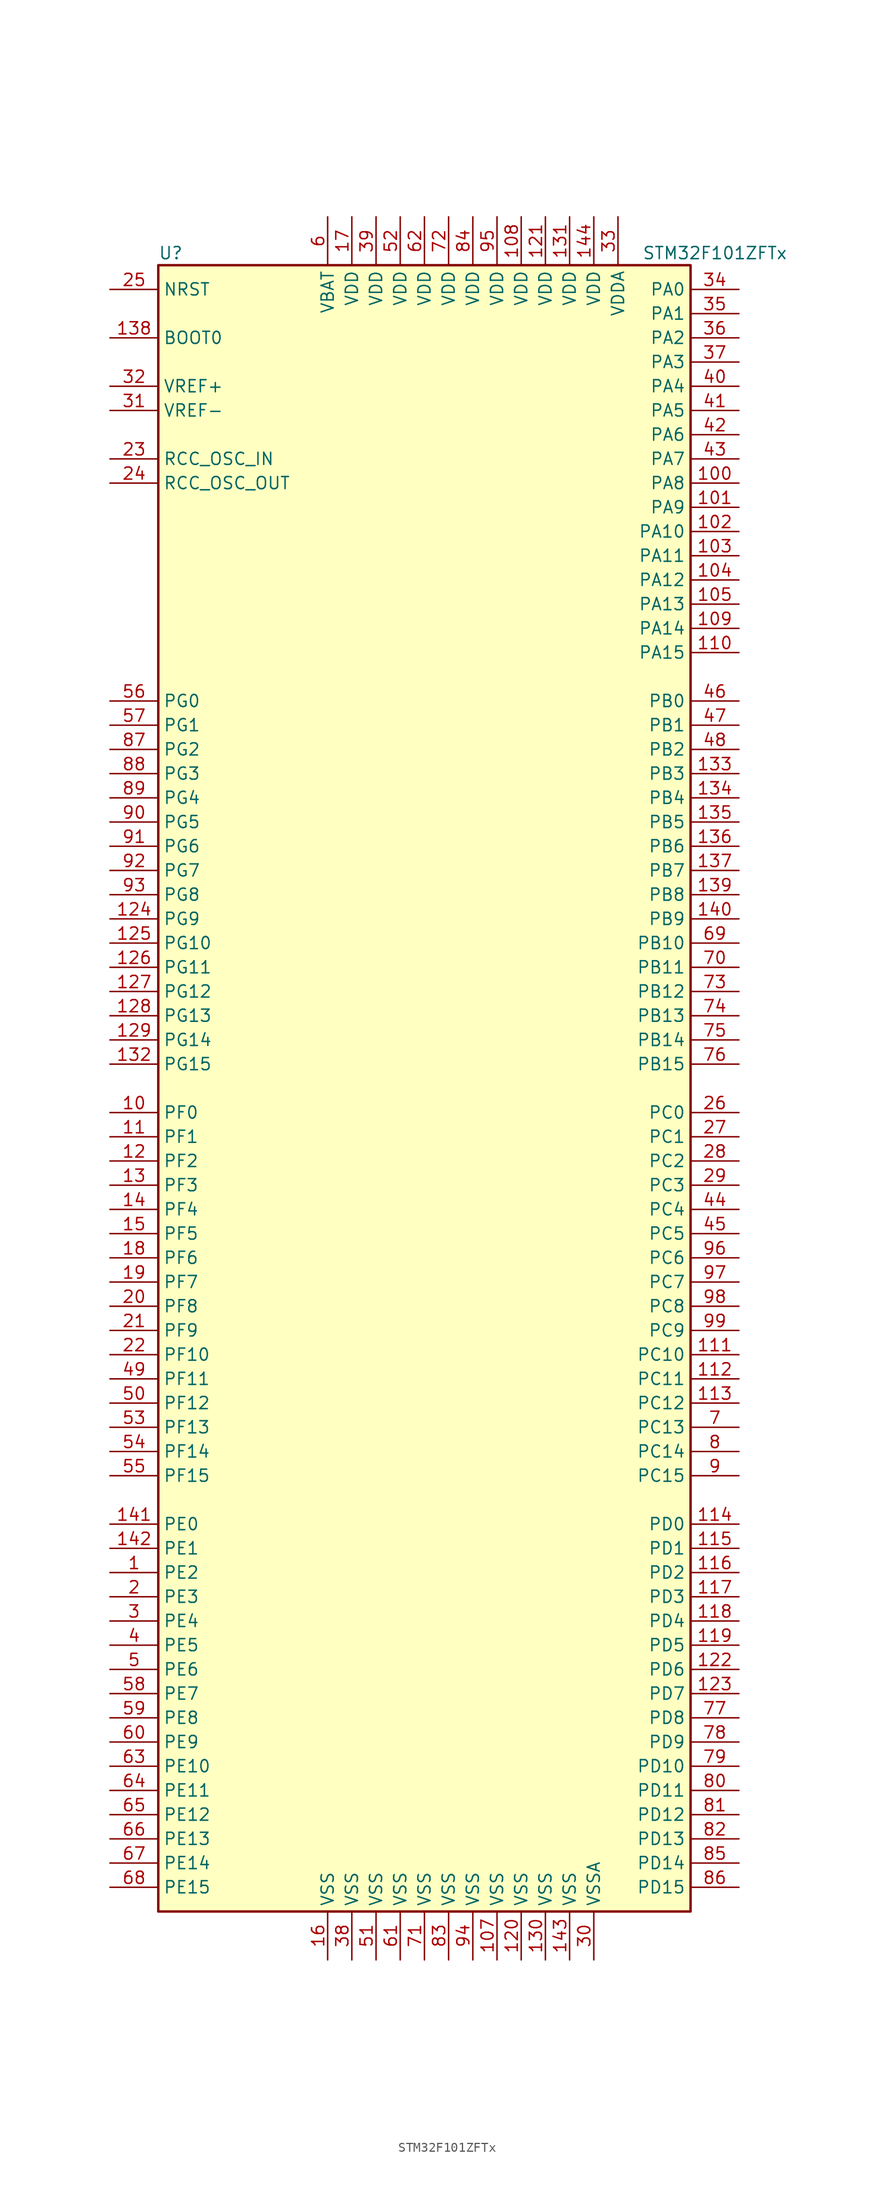
<source format=kicad_sym>
(kicad_symbol_lib
  (version 20201005)
  (generator kicad_symbol_editor)
  (symbol "MCU_ST_STM32F1:STM32F101ZFTx"
    (property "Reference" "U"
      (at -27.94 87.63 0)
      (effects (font (size 1.27 1.27)) (justify left)))
    (property "Value" "STM32F101ZFTx"
      (at 22.86 87.63 0)
      (effects (font (size 1.27 1.27)) (justify left)))
    (symbol "STM32F101ZFTx_0_1"
      (rectangle (start -27.94 -86.36) (end 27.94 86.36) (stroke (width 0.254)) (fill (type background))))
    (symbol "STM32F101ZFTx_1_1"
      (pin input line (at -33.02 78.74 0) (length 5.08) (name "BOOT0" (effects (font (size 1.27 1.27)))) (number "138" (effects (font (size 1.27 1.27)))))
      (pin no_connect line (at -27.94 -83.82 0) (length 5.08) hide (name "NC" (effects (font (size 1.27 1.27)))) (number "106" (effects (font (size 1.27 1.27)))))
      (pin input line (at -33.02 83.82 0) (length 5.08) (name "NRST" (effects (font (size 1.27 1.27)))) (number "25" (effects (font (size 1.27 1.27)))))
      (pin bidirectional line (at 33.02 83.82 180) (length 5.08) (name "PA0" (effects (font (size 1.27 1.27)))) (number "34" (effects (font (size 1.27 1.27)))))
      (pin bidirectional line (at 33.02 81.28 180) (length 5.08) (name "PA1" (effects (font (size 1.27 1.27)))) (number "35" (effects (font (size 1.27 1.27)))))
      (pin bidirectional line (at 33.02 58.42 180) (length 5.08) (name "PA10" (effects (font (size 1.27 1.27)))) (number "102" (effects (font (size 1.27 1.27)))))
      (pin bidirectional line (at 33.02 55.88 180) (length 5.08) (name "PA11" (effects (font (size 1.27 1.27)))) (number "103" (effects (font (size 1.27 1.27)))))
      (pin bidirectional line (at 33.02 53.34 180) (length 5.08) (name "PA12" (effects (font (size 1.27 1.27)))) (number "104" (effects (font (size 1.27 1.27)))))
      (pin bidirectional line (at 33.02 50.8 180) (length 5.08) (name "PA13" (effects (font (size 1.27 1.27)))) (number "105" (effects (font (size 1.27 1.27)))))
      (pin bidirectional line (at 33.02 48.26 180) (length 5.08) (name "PA14" (effects (font (size 1.27 1.27)))) (number "109" (effects (font (size 1.27 1.27)))))
      (pin bidirectional line (at 33.02 45.72 180) (length 5.08) (name "PA15" (effects (font (size 1.27 1.27)))) (number "110" (effects (font (size 1.27 1.27)))))
      (pin bidirectional line (at 33.02 78.74 180) (length 5.08) (name "PA2" (effects (font (size 1.27 1.27)))) (number "36" (effects (font (size 1.27 1.27)))))
      (pin bidirectional line (at 33.02 76.2 180) (length 5.08) (name "PA3" (effects (font (size 1.27 1.27)))) (number "37" (effects (font (size 1.27 1.27)))))
      (pin bidirectional line (at 33.02 73.66 180) (length 5.08) (name "PA4" (effects (font (size 1.27 1.27)))) (number "40" (effects (font (size 1.27 1.27)))))
      (pin bidirectional line (at 33.02 71.12 180) (length 5.08) (name "PA5" (effects (font (size 1.27 1.27)))) (number "41" (effects (font (size 1.27 1.27)))))
      (pin bidirectional line (at 33.02 68.58 180) (length 5.08) (name "PA6" (effects (font (size 1.27 1.27)))) (number "42" (effects (font (size 1.27 1.27)))))
      (pin bidirectional line (at 33.02 66.04 180) (length 5.08) (name "PA7" (effects (font (size 1.27 1.27)))) (number "43" (effects (font (size 1.27 1.27)))))
      (pin bidirectional line (at 33.02 63.5 180) (length 5.08) (name "PA8" (effects (font (size 1.27 1.27)))) (number "100" (effects (font (size 1.27 1.27)))))
      (pin bidirectional line (at 33.02 60.96 180) (length 5.08) (name "PA9" (effects (font (size 1.27 1.27)))) (number "101" (effects (font (size 1.27 1.27)))))
      (pin bidirectional line (at 33.02 40.64 180) (length 5.08) (name "PB0" (effects (font (size 1.27 1.27)))) (number "46" (effects (font (size 1.27 1.27)))))
      (pin bidirectional line (at 33.02 38.1 180) (length 5.08) (name "PB1" (effects (font (size 1.27 1.27)))) (number "47" (effects (font (size 1.27 1.27)))))
      (pin bidirectional line (at 33.02 15.24 180) (length 5.08) (name "PB10" (effects (font (size 1.27 1.27)))) (number "69" (effects (font (size 1.27 1.27)))))
      (pin bidirectional line (at 33.02 12.7 180) (length 5.08) (name "PB11" (effects (font (size 1.27 1.27)))) (number "70" (effects (font (size 1.27 1.27)))))
      (pin bidirectional line (at 33.02 10.16 180) (length 5.08) (name "PB12" (effects (font (size 1.27 1.27)))) (number "73" (effects (font (size 1.27 1.27)))))
      (pin bidirectional line (at 33.02 7.62 180) (length 5.08) (name "PB13" (effects (font (size 1.27 1.27)))) (number "74" (effects (font (size 1.27 1.27)))))
      (pin bidirectional line (at 33.02 5.08 180) (length 5.08) (name "PB14" (effects (font (size 1.27 1.27)))) (number "75" (effects (font (size 1.27 1.27)))))
      (pin bidirectional line (at 33.02 2.54 180) (length 5.08) (name "PB15" (effects (font (size 1.27 1.27)))) (number "76" (effects (font (size 1.27 1.27)))))
      (pin bidirectional line (at 33.02 35.56 180) (length 5.08) (name "PB2" (effects (font (size 1.27 1.27)))) (number "48" (effects (font (size 1.27 1.27)))))
      (pin bidirectional line (at 33.02 33.02 180) (length 5.08) (name "PB3" (effects (font (size 1.27 1.27)))) (number "133" (effects (font (size 1.27 1.27)))))
      (pin bidirectional line (at 33.02 30.48 180) (length 5.08) (name "PB4" (effects (font (size 1.27 1.27)))) (number "134" (effects (font (size 1.27 1.27)))))
      (pin bidirectional line (at 33.02 27.94 180) (length 5.08) (name "PB5" (effects (font (size 1.27 1.27)))) (number "135" (effects (font (size 1.27 1.27)))))
      (pin bidirectional line (at 33.02 25.4 180) (length 5.08) (name "PB6" (effects (font (size 1.27 1.27)))) (number "136" (effects (font (size 1.27 1.27)))))
      (pin bidirectional line (at 33.02 22.86 180) (length 5.08) (name "PB7" (effects (font (size 1.27 1.27)))) (number "137" (effects (font (size 1.27 1.27)))))
      (pin bidirectional line (at 33.02 20.32 180) (length 5.08) (name "PB8" (effects (font (size 1.27 1.27)))) (number "139" (effects (font (size 1.27 1.27)))))
      (pin bidirectional line (at 33.02 17.78 180) (length 5.08) (name "PB9" (effects (font (size 1.27 1.27)))) (number "140" (effects (font (size 1.27 1.27)))))
      (pin bidirectional line (at 33.02 -2.54 180) (length 5.08) (name "PC0" (effects (font (size 1.27 1.27)))) (number "26" (effects (font (size 1.27 1.27)))))
      (pin bidirectional line (at 33.02 -5.08 180) (length 5.08) (name "PC1" (effects (font (size 1.27 1.27)))) (number "27" (effects (font (size 1.27 1.27)))))
      (pin bidirectional line (at 33.02 -27.94 180) (length 5.08) (name "PC10" (effects (font (size 1.27 1.27)))) (number "111" (effects (font (size 1.27 1.27)))))
      (pin bidirectional line (at 33.02 -30.48 180) (length 5.08) (name "PC11" (effects (font (size 1.27 1.27)))) (number "112" (effects (font (size 1.27 1.27)))))
      (pin bidirectional line (at 33.02 -33.02 180) (length 5.08) (name "PC12" (effects (font (size 1.27 1.27)))) (number "113" (effects (font (size 1.27 1.27)))))
      (pin bidirectional line (at 33.02 -35.56 180) (length 5.08) (name "PC13" (effects (font (size 1.27 1.27)))) (number "7" (effects (font (size 1.27 1.27)))))
      (pin bidirectional line (at 33.02 -38.1 180) (length 5.08) (name "PC14" (effects (font (size 1.27 1.27)))) (number "8" (effects (font (size 1.27 1.27)))))
      (pin bidirectional line (at 33.02 -40.64 180) (length 5.08) (name "PC15" (effects (font (size 1.27 1.27)))) (number "9" (effects (font (size 1.27 1.27)))))
      (pin bidirectional line (at 33.02 -7.62 180) (length 5.08) (name "PC2" (effects (font (size 1.27 1.27)))) (number "28" (effects (font (size 1.27 1.27)))))
      (pin bidirectional line (at 33.02 -10.16 180) (length 5.08) (name "PC3" (effects (font (size 1.27 1.27)))) (number "29" (effects (font (size 1.27 1.27)))))
      (pin bidirectional line (at 33.02 -12.7 180) (length 5.08) (name "PC4" (effects (font (size 1.27 1.27)))) (number "44" (effects (font (size 1.27 1.27)))))
      (pin bidirectional line (at 33.02 -15.24 180) (length 5.08) (name "PC5" (effects (font (size 1.27 1.27)))) (number "45" (effects (font (size 1.27 1.27)))))
      (pin bidirectional line (at 33.02 -17.78 180) (length 5.08) (name "PC6" (effects (font (size 1.27 1.27)))) (number "96" (effects (font (size 1.27 1.27)))))
      (pin bidirectional line (at 33.02 -20.32 180) (length 5.08) (name "PC7" (effects (font (size 1.27 1.27)))) (number "97" (effects (font (size 1.27 1.27)))))
      (pin bidirectional line (at 33.02 -22.86 180) (length 5.08) (name "PC8" (effects (font (size 1.27 1.27)))) (number "98" (effects (font (size 1.27 1.27)))))
      (pin bidirectional line (at 33.02 -25.4 180) (length 5.08) (name "PC9" (effects (font (size 1.27 1.27)))) (number "99" (effects (font (size 1.27 1.27)))))
      (pin bidirectional line (at 33.02 -45.72 180) (length 5.08) (name "PD0" (effects (font (size 1.27 1.27)))) (number "114" (effects (font (size 1.27 1.27)))))
      (pin bidirectional line (at 33.02 -48.26 180) (length 5.08) (name "PD1" (effects (font (size 1.27 1.27)))) (number "115" (effects (font (size 1.27 1.27)))))
      (pin bidirectional line (at 33.02 -71.12 180) (length 5.08) (name "PD10" (effects (font (size 1.27 1.27)))) (number "79" (effects (font (size 1.27 1.27)))))
      (pin bidirectional line (at 33.02 -73.66 180) (length 5.08) (name "PD11" (effects (font (size 1.27 1.27)))) (number "80" (effects (font (size 1.27 1.27)))))
      (pin bidirectional line (at 33.02 -76.2 180) (length 5.08) (name "PD12" (effects (font (size 1.27 1.27)))) (number "81" (effects (font (size 1.27 1.27)))))
      (pin bidirectional line (at 33.02 -78.74 180) (length 5.08) (name "PD13" (effects (font (size 1.27 1.27)))) (number "82" (effects (font (size 1.27 1.27)))))
      (pin bidirectional line (at 33.02 -81.28 180) (length 5.08) (name "PD14" (effects (font (size 1.27 1.27)))) (number "85" (effects (font (size 1.27 1.27)))))
      (pin bidirectional line (at 33.02 -83.82 180) (length 5.08) (name "PD15" (effects (font (size 1.27 1.27)))) (number "86" (effects (font (size 1.27 1.27)))))
      (pin bidirectional line (at 33.02 -50.8 180) (length 5.08) (name "PD2" (effects (font (size 1.27 1.27)))) (number "116" (effects (font (size 1.27 1.27)))))
      (pin bidirectional line (at 33.02 -53.34 180) (length 5.08) (name "PD3" (effects (font (size 1.27 1.27)))) (number "117" (effects (font (size 1.27 1.27)))))
      (pin bidirectional line (at 33.02 -55.88 180) (length 5.08) (name "PD4" (effects (font (size 1.27 1.27)))) (number "118" (effects (font (size 1.27 1.27)))))
      (pin bidirectional line (at 33.02 -58.42 180) (length 5.08) (name "PD5" (effects (font (size 1.27 1.27)))) (number "119" (effects (font (size 1.27 1.27)))))
      (pin bidirectional line (at 33.02 -60.96 180) (length 5.08) (name "PD6" (effects (font (size 1.27 1.27)))) (number "122" (effects (font (size 1.27 1.27)))))
      (pin bidirectional line (at 33.02 -63.5 180) (length 5.08) (name "PD7" (effects (font (size 1.27 1.27)))) (number "123" (effects (font (size 1.27 1.27)))))
      (pin bidirectional line (at 33.02 -66.04 180) (length 5.08) (name "PD8" (effects (font (size 1.27 1.27)))) (number "77" (effects (font (size 1.27 1.27)))))
      (pin bidirectional line (at 33.02 -68.58 180) (length 5.08) (name "PD9" (effects (font (size 1.27 1.27)))) (number "78" (effects (font (size 1.27 1.27)))))
      (pin bidirectional line (at -33.02 -45.72 0) (length 5.08) (name "PE0" (effects (font (size 1.27 1.27)))) (number "141" (effects (font (size 1.27 1.27)))))
      (pin bidirectional line (at -33.02 -48.26 0) (length 5.08) (name "PE1" (effects (font (size 1.27 1.27)))) (number "142" (effects (font (size 1.27 1.27)))))
      (pin bidirectional line (at -33.02 -71.12 0) (length 5.08) (name "PE10" (effects (font (size 1.27 1.27)))) (number "63" (effects (font (size 1.27 1.27)))))
      (pin bidirectional line (at -33.02 -73.66 0) (length 5.08) (name "PE11" (effects (font (size 1.27 1.27)))) (number "64" (effects (font (size 1.27 1.27)))))
      (pin bidirectional line (at -33.02 -76.2 0) (length 5.08) (name "PE12" (effects (font (size 1.27 1.27)))) (number "65" (effects (font (size 1.27 1.27)))))
      (pin bidirectional line (at -33.02 -78.74 0) (length 5.08) (name "PE13" (effects (font (size 1.27 1.27)))) (number "66" (effects (font (size 1.27 1.27)))))
      (pin bidirectional line (at -33.02 -81.28 0) (length 5.08) (name "PE14" (effects (font (size 1.27 1.27)))) (number "67" (effects (font (size 1.27 1.27)))))
      (pin bidirectional line (at -33.02 -83.82 0) (length 5.08) (name "PE15" (effects (font (size 1.27 1.27)))) (number "68" (effects (font (size 1.27 1.27)))))
      (pin bidirectional line (at -33.02 -50.8 0) (length 5.08) (name "PE2" (effects (font (size 1.27 1.27)))) (number "1" (effects (font (size 1.27 1.27)))))
      (pin bidirectional line (at -33.02 -53.34 0) (length 5.08) (name "PE3" (effects (font (size 1.27 1.27)))) (number "2" (effects (font (size 1.27 1.27)))))
      (pin bidirectional line (at -33.02 -55.88 0) (length 5.08) (name "PE4" (effects (font (size 1.27 1.27)))) (number "3" (effects (font (size 1.27 1.27)))))
      (pin bidirectional line (at -33.02 -58.42 0) (length 5.08) (name "PE5" (effects (font (size 1.27 1.27)))) (number "4" (effects (font (size 1.27 1.27)))))
      (pin bidirectional line (at -33.02 -60.96 0) (length 5.08) (name "PE6" (effects (font (size 1.27 1.27)))) (number "5" (effects (font (size 1.27 1.27)))))
      (pin bidirectional line (at -33.02 -63.5 0) (length 5.08) (name "PE7" (effects (font (size 1.27 1.27)))) (number "58" (effects (font (size 1.27 1.27)))))
      (pin bidirectional line (at -33.02 -66.04 0) (length 5.08) (name "PE8" (effects (font (size 1.27 1.27)))) (number "59" (effects (font (size 1.27 1.27)))))
      (pin bidirectional line (at -33.02 -68.58 0) (length 5.08) (name "PE9" (effects (font (size 1.27 1.27)))) (number "60" (effects (font (size 1.27 1.27)))))
      (pin bidirectional line (at -33.02 -2.54 0) (length 5.08) (name "PF0" (effects (font (size 1.27 1.27)))) (number "10" (effects (font (size 1.27 1.27)))))
      (pin bidirectional line (at -33.02 -5.08 0) (length 5.08) (name "PF1" (effects (font (size 1.27 1.27)))) (number "11" (effects (font (size 1.27 1.27)))))
      (pin bidirectional line (at -33.02 -27.94 0) (length 5.08) (name "PF10" (effects (font (size 1.27 1.27)))) (number "22" (effects (font (size 1.27 1.27)))))
      (pin bidirectional line (at -33.02 -30.48 0) (length 5.08) (name "PF11" (effects (font (size 1.27 1.27)))) (number "49" (effects (font (size 1.27 1.27)))))
      (pin bidirectional line (at -33.02 -33.02 0) (length 5.08) (name "PF12" (effects (font (size 1.27 1.27)))) (number "50" (effects (font (size 1.27 1.27)))))
      (pin bidirectional line (at -33.02 -35.56 0) (length 5.08) (name "PF13" (effects (font (size 1.27 1.27)))) (number "53" (effects (font (size 1.27 1.27)))))
      (pin bidirectional line (at -33.02 -38.1 0) (length 5.08) (name "PF14" (effects (font (size 1.27 1.27)))) (number "54" (effects (font (size 1.27 1.27)))))
      (pin bidirectional line (at -33.02 -40.64 0) (length 5.08) (name "PF15" (effects (font (size 1.27 1.27)))) (number "55" (effects (font (size 1.27 1.27)))))
      (pin bidirectional line (at -33.02 -7.62 0) (length 5.08) (name "PF2" (effects (font (size 1.27 1.27)))) (number "12" (effects (font (size 1.27 1.27)))))
      (pin bidirectional line (at -33.02 -10.16 0) (length 5.08) (name "PF3" (effects (font (size 1.27 1.27)))) (number "13" (effects (font (size 1.27 1.27)))))
      (pin bidirectional line (at -33.02 -12.7 0) (length 5.08) (name "PF4" (effects (font (size 1.27 1.27)))) (number "14" (effects (font (size 1.27 1.27)))))
      (pin bidirectional line (at -33.02 -15.24 0) (length 5.08) (name "PF5" (effects (font (size 1.27 1.27)))) (number "15" (effects (font (size 1.27 1.27)))))
      (pin bidirectional line (at -33.02 -17.78 0) (length 5.08) (name "PF6" (effects (font (size 1.27 1.27)))) (number "18" (effects (font (size 1.27 1.27)))))
      (pin bidirectional line (at -33.02 -20.32 0) (length 5.08) (name "PF7" (effects (font (size 1.27 1.27)))) (number "19" (effects (font (size 1.27 1.27)))))
      (pin bidirectional line (at -33.02 -22.86 0) (length 5.08) (name "PF8" (effects (font (size 1.27 1.27)))) (number "20" (effects (font (size 1.27 1.27)))))
      (pin bidirectional line (at -33.02 -25.4 0) (length 5.08) (name "PF9" (effects (font (size 1.27 1.27)))) (number "21" (effects (font (size 1.27 1.27)))))
      (pin bidirectional line (at -33.02 40.64 0) (length 5.08) (name "PG0" (effects (font (size 1.27 1.27)))) (number "56" (effects (font (size 1.27 1.27)))))
      (pin bidirectional line (at -33.02 38.1 0) (length 5.08) (name "PG1" (effects (font (size 1.27 1.27)))) (number "57" (effects (font (size 1.27 1.27)))))
      (pin bidirectional line (at -33.02 15.24 0) (length 5.08) (name "PG10" (effects (font (size 1.27 1.27)))) (number "125" (effects (font (size 1.27 1.27)))))
      (pin bidirectional line (at -33.02 12.7 0) (length 5.08) (name "PG11" (effects (font (size 1.27 1.27)))) (number "126" (effects (font (size 1.27 1.27)))))
      (pin bidirectional line (at -33.02 10.16 0) (length 5.08) (name "PG12" (effects (font (size 1.27 1.27)))) (number "127" (effects (font (size 1.27 1.27)))))
      (pin bidirectional line (at -33.02 7.62 0) (length 5.08) (name "PG13" (effects (font (size 1.27 1.27)))) (number "128" (effects (font (size 1.27 1.27)))))
      (pin bidirectional line (at -33.02 5.08 0) (length 5.08) (name "PG14" (effects (font (size 1.27 1.27)))) (number "129" (effects (font (size 1.27 1.27)))))
      (pin bidirectional line (at -33.02 2.54 0) (length 5.08) (name "PG15" (effects (font (size 1.27 1.27)))) (number "132" (effects (font (size 1.27 1.27)))))
      (pin bidirectional line (at -33.02 35.56 0) (length 5.08) (name "PG2" (effects (font (size 1.27 1.27)))) (number "87" (effects (font (size 1.27 1.27)))))
      (pin bidirectional line (at -33.02 33.02 0) (length 5.08) (name "PG3" (effects (font (size 1.27 1.27)))) (number "88" (effects (font (size 1.27 1.27)))))
      (pin bidirectional line (at -33.02 30.48 0) (length 5.08) (name "PG4" (effects (font (size 1.27 1.27)))) (number "89" (effects (font (size 1.27 1.27)))))
      (pin bidirectional line (at -33.02 27.94 0) (length 5.08) (name "PG5" (effects (font (size 1.27 1.27)))) (number "90" (effects (font (size 1.27 1.27)))))
      (pin bidirectional line (at -33.02 25.4 0) (length 5.08) (name "PG6" (effects (font (size 1.27 1.27)))) (number "91" (effects (font (size 1.27 1.27)))))
      (pin bidirectional line (at -33.02 22.86 0) (length 5.08) (name "PG7" (effects (font (size 1.27 1.27)))) (number "92" (effects (font (size 1.27 1.27)))))
      (pin bidirectional line (at -33.02 20.32 0) (length 5.08) (name "PG8" (effects (font (size 1.27 1.27)))) (number "93" (effects (font (size 1.27 1.27)))))
      (pin bidirectional line (at -33.02 17.78 0) (length 5.08) (name "PG9" (effects (font (size 1.27 1.27)))) (number "124" (effects (font (size 1.27 1.27)))))
      (pin input line (at -33.02 66.04 0) (length 5.08) (name "RCC_OSC_IN" (effects (font (size 1.27 1.27)))) (number "23" (effects (font (size 1.27 1.27)))))
      (pin input line (at -33.02 63.5 0) (length 5.08) (name "RCC_OSC_OUT" (effects (font (size 1.27 1.27)))) (number "24" (effects (font (size 1.27 1.27)))))
      (pin power_in line (at -10.16 91.44 270) (length 5.08) (name "VBAT" (effects (font (size 1.27 1.27)))) (number "6" (effects (font (size 1.27 1.27)))))
      (pin power_in line (at 10.16 91.44 270) (length 5.08) (name "VDD" (effects (font (size 1.27 1.27)))) (number "108" (effects (font (size 1.27 1.27)))))
      (pin power_in line (at 12.7 91.44 270) (length 5.08) (name "VDD" (effects (font (size 1.27 1.27)))) (number "121" (effects (font (size 1.27 1.27)))))
      (pin power_in line (at 15.24 91.44 270) (length 5.08) (name "VDD" (effects (font (size 1.27 1.27)))) (number "131" (effects (font (size 1.27 1.27)))))
      (pin power_in line (at 17.78 91.44 270) (length 5.08) (name "VDD" (effects (font (size 1.27 1.27)))) (number "144" (effects (font (size 1.27 1.27)))))
      (pin power_in line (at -7.62 91.44 270) (length 5.08) (name "VDD" (effects (font (size 1.27 1.27)))) (number "17" (effects (font (size 1.27 1.27)))))
      (pin power_in line (at -5.08 91.44 270) (length 5.08) (name "VDD" (effects (font (size 1.27 1.27)))) (number "39" (effects (font (size 1.27 1.27)))))
      (pin power_in line (at -2.54 91.44 270) (length 5.08) (name "VDD" (effects (font (size 1.27 1.27)))) (number "52" (effects (font (size 1.27 1.27)))))
      (pin power_in line (at 0 91.44 270) (length 5.08) (name "VDD" (effects (font (size 1.27 1.27)))) (number "62" (effects (font (size 1.27 1.27)))))
      (pin power_in line (at 2.54 91.44 270) (length 5.08) (name "VDD" (effects (font (size 1.27 1.27)))) (number "72" (effects (font (size 1.27 1.27)))))
      (pin power_in line (at 5.08 91.44 270) (length 5.08) (name "VDD" (effects (font (size 1.27 1.27)))) (number "84" (effects (font (size 1.27 1.27)))))
      (pin power_in line (at 7.62 91.44 270) (length 5.08) (name "VDD" (effects (font (size 1.27 1.27)))) (number "95" (effects (font (size 1.27 1.27)))))
      (pin power_in line (at 20.32 91.44 270) (length 5.08) (name "VDDA" (effects (font (size 1.27 1.27)))) (number "33" (effects (font (size 1.27 1.27)))))
      (pin power_in line (at -33.02 73.66 0) (length 5.08) (name "VREF+" (effects (font (size 1.27 1.27)))) (number "32" (effects (font (size 1.27 1.27)))))
      (pin power_in line (at -33.02 71.12 0) (length 5.08) (name "VREF-" (effects (font (size 1.27 1.27)))) (number "31" (effects (font (size 1.27 1.27)))))
      (pin power_in line (at 7.62 -91.44 90) (length 5.08) (name "VSS" (effects (font (size 1.27 1.27)))) (number "107" (effects (font (size 1.27 1.27)))))
      (pin power_in line (at 10.16 -91.44 90) (length 5.08) (name "VSS" (effects (font (size 1.27 1.27)))) (number "120" (effects (font (size 1.27 1.27)))))
      (pin power_in line (at 12.7 -91.44 90) (length 5.08) (name "VSS" (effects (font (size 1.27 1.27)))) (number "130" (effects (font (size 1.27 1.27)))))
      (pin power_in line (at 15.24 -91.44 90) (length 5.08) (name "VSS" (effects (font (size 1.27 1.27)))) (number "143" (effects (font (size 1.27 1.27)))))
      (pin power_in line (at -10.16 -91.44 90) (length 5.08) (name "VSS" (effects (font (size 1.27 1.27)))) (number "16" (effects (font (size 1.27 1.27)))))
      (pin power_in line (at -7.62 -91.44 90) (length 5.08) (name "VSS" (effects (font (size 1.27 1.27)))) (number "38" (effects (font (size 1.27 1.27)))))
      (pin power_in line (at -5.08 -91.44 90) (length 5.08) (name "VSS" (effects (font (size 1.27 1.27)))) (number "51" (effects (font (size 1.27 1.27)))))
      (pin power_in line (at -2.54 -91.44 90) (length 5.08) (name "VSS" (effects (font (size 1.27 1.27)))) (number "61" (effects (font (size 1.27 1.27)))))
      (pin power_in line (at 0 -91.44 90) (length 5.08) (name "VSS" (effects (font (size 1.27 1.27)))) (number "71" (effects (font (size 1.27 1.27)))))
      (pin power_in line (at 2.54 -91.44 90) (length 5.08) (name "VSS" (effects (font (size 1.27 1.27)))) (number "83" (effects (font (size 1.27 1.27)))))
      (pin power_in line (at 5.08 -91.44 90) (length 5.08) (name "VSS" (effects (font (size 1.27 1.27)))) (number "94" (effects (font (size 1.27 1.27)))))
      (pin power_in line (at 17.78 -91.44 90) (length 5.08) (name "VSSA" (effects (font (size 1.27 1.27)))) (number "30" (effects (font (size 1.27 1.27))))))))
</source>
